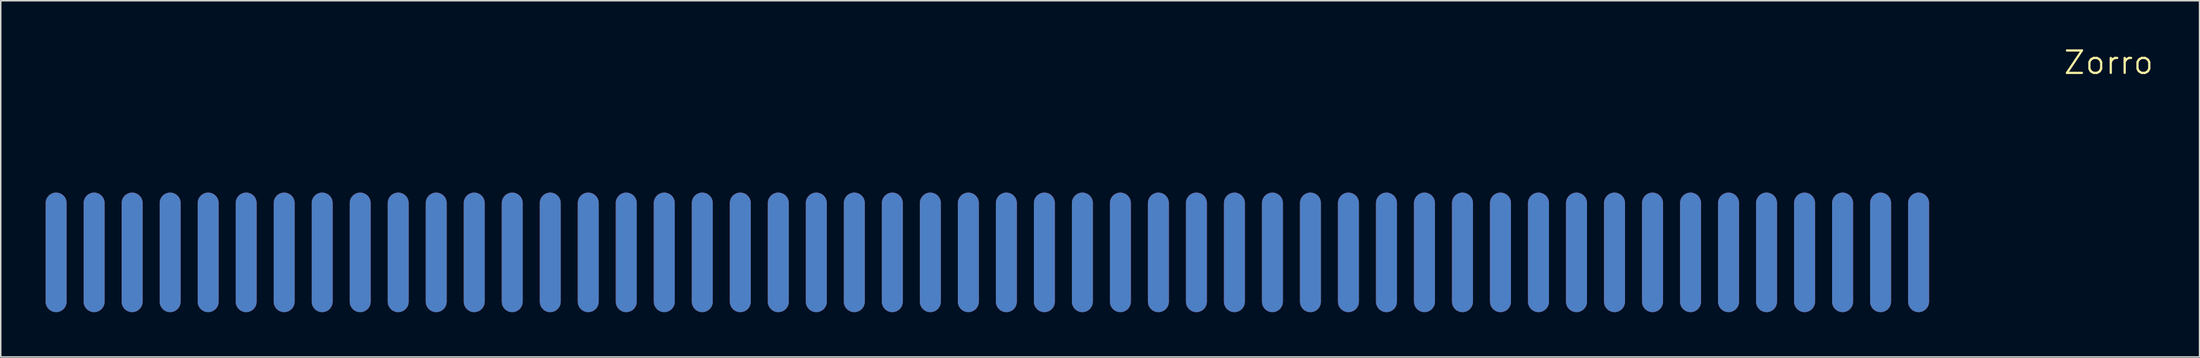
<source format=kicad_pcb>
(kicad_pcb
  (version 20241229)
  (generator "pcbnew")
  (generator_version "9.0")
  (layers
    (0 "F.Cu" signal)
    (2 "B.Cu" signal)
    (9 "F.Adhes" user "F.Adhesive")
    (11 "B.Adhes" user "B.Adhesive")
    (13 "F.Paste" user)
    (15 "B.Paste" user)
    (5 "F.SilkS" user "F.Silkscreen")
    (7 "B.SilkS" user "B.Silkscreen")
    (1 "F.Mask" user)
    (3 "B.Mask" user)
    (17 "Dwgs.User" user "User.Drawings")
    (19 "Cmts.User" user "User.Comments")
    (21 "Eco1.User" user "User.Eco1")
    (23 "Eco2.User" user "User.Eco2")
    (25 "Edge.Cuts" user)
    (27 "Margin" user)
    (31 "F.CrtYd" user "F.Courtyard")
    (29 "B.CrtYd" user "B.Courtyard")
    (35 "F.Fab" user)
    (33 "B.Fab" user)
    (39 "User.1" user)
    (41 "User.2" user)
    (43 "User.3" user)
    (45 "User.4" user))
  (footprint "Zorro"
    (layer "F.Cu")
    (at 127.7 13.841)
    (property "Reference" "Zorro" (at 10.16 -12.7 0) (layer "F.SilkS") (effects (font (size 1.5 1.5) (thickness 0.15))))
    (attr through_hole)
    (pad "1" smd oval (at -2.54 0) (size 1.4 8) (layers "B.Cu" "B.Mask" "B.Paste"))
    (pad "2" smd oval (at -2.54 0) (size 1.4 8) (layers "F.Cu" "F.Mask" "F.Paste"))
    (pad "3" smd oval (at -5.08 0) (size 1.4 8) (layers "B.Cu" "B.Mask" "B.Paste"))
    (pad "4" smd oval (at -5.08 0) (size 1.4 8) (layers "F.Cu" "F.Mask" "F.Paste"))
    (pad "5" smd oval (at -7.62 0) (size 1.4 8) (layers "B.Cu" "B.Mask" "B.Paste"))
    (pad "6" smd oval (at -7.62 0) (size 1.4 8) (layers "F.Cu" "F.Mask" "F.Paste"))
    (pad "7" smd oval (at -10.16 0) (size 1.4 8) (layers "B.Cu" "B.Mask" "B.Paste"))
    (pad "8" smd oval (at -10.16 0) (size 1.4 8) (layers "F.Cu" "F.Mask" "F.Paste"))
    (pad "9" smd oval (at -12.7 0) (size 1.4 8) (layers "B.Cu" "B.Mask" "B.Paste"))
    (pad "10" smd oval (at -12.7 0) (size 1.4 8) (layers "F.Cu" "F.Mask" "F.Paste"))
    (pad "11" smd oval (at -15.24 0) (size 1.4 8) (layers "B.Cu" "B.Mask" "B.Paste"))
    (pad "12" smd oval (at -15.24 0) (size 1.4 8) (layers "F.Cu" "F.Mask" "F.Paste"))
    (pad "13" smd oval (at -17.78 0) (size 1.4 8) (layers "B.Cu" "B.Mask" "B.Paste"))
    (pad "14" smd oval (at -17.78 0) (size 1.4 8) (layers "F.Cu" "F.Mask" "F.Paste"))
    (pad "15" smd oval (at -20.32 0) (size 1.4 8) (layers "B.Cu" "B.Mask" "B.Paste"))
    (pad "16" smd oval (at -20.32 0) (size 1.4 8) (layers "F.Cu" "F.Mask" "F.Paste"))
    (pad "17" smd oval (at -22.86 0) (size 1.4 8) (layers "B.Cu" "B.Mask" "B.Paste"))
    (pad "18" smd oval (at -22.86 0) (size 1.4 8) (layers "F.Cu" "F.Mask" "F.Paste"))
    (pad "19" smd oval (at -25.4 0) (size 1.4 8) (layers "B.Cu" "B.Mask" "B.Paste"))
    (pad "20" smd oval (at -25.4 0) (size 1.4 8) (layers "F.Cu" "F.Mask" "F.Paste"))
    (pad "21" smd oval (at -27.94 0) (size 1.4 8) (layers "B.Cu" "B.Mask" "B.Paste"))
    (pad "22" smd oval (at -27.94 0) (size 1.4 8) (layers "F.Cu" "F.Mask" "F.Paste"))
    (pad "23" smd oval (at -30.48 0) (size 1.4 8) (layers "B.Cu" "B.Mask" "B.Paste"))
    (pad "24" smd oval (at -30.48 0) (size 1.4 8) (layers "F.Cu" "F.Mask" "F.Paste"))
    (pad "25" smd oval (at -33.02 0) (size 1.4 8) (layers "B.Cu" "B.Mask" "B.Paste"))
    (pad "26" smd oval (at -33.02 0) (size 1.4 8) (layers "F.Cu" "F.Mask" "F.Paste"))
    (pad "27" smd oval (at -35.56 0) (size 1.4 8) (layers "B.Cu" "B.Mask" "B.Paste"))
    (pad "28" smd oval (at -35.56 0) (size 1.4 8) (layers "F.Cu" "F.Mask" "F.Paste"))
    (pad "29" smd oval (at -38.1 0) (size 1.4 8) (layers "B.Cu" "B.Mask" "B.Paste"))
    (pad "30" smd oval (at -38.1 0) (size 1.4 8) (layers "F.Cu" "F.Mask" "F.Paste"))
    (pad "31" smd oval (at -40.64 0) (size 1.4 8) (layers "B.Cu" "B.Mask" "B.Paste"))
    (pad "32" smd oval (at -40.64 0) (size 1.4 8) (layers "F.Cu" "F.Mask" "F.Paste"))
    (pad "33" smd oval (at -43.18 0) (size 1.4 8) (layers "B.Cu" "B.Mask" "B.Paste"))
    (pad "34" smd oval (at -43.18 0) (size 1.4 8) (layers "F.Cu" "F.Mask" "F.Paste"))
    (pad "35" smd oval (at -45.72 0) (size 1.4 8) (layers "B.Cu" "B.Mask" "B.Paste"))
    (pad "36" smd oval (at -45.72 0) (size 1.4 8) (layers "F.Cu" "F.Mask" "F.Paste"))
    (pad "37" smd oval (at -48.26 0) (size 1.4 8) (layers "B.Cu" "B.Mask" "B.Paste"))
    (pad "38" smd oval (at -48.26 0) (size 1.4 8) (layers "F.Cu" "F.Mask" "F.Paste"))
    (pad "39" smd oval (at -50.8 0) (size 1.4 8) (layers "B.Cu" "B.Mask" "B.Paste"))
    (pad "40" smd oval (at -50.8 0) (size 1.4 8) (layers "F.Cu" "F.Mask" "F.Paste"))
    (pad "41" smd oval (at -53.34 0) (size 1.4 8) (layers "B.Cu" "B.Mask" "B.Paste"))
    (pad "42" smd oval (at -53.34 0) (size 1.4 8) (layers "F.Cu" "F.Mask" "F.Paste"))
    (pad "43" smd oval (at -55.88 0) (size 1.4 8) (layers "B.Cu" "B.Mask" "B.Paste"))
    (pad "44" smd oval (at -55.88 0) (size 1.4 8) (layers "F.Cu" "F.Mask" "F.Paste"))
    (pad "45" smd oval (at -58.42 0) (size 1.4 8) (layers "B.Cu" "B.Mask" "B.Paste"))
    (pad "46" smd oval (at -58.42 0) (size 1.4 8) (layers "F.Cu" "F.Mask" "F.Paste"))
    (pad "47" smd oval (at -60.96 0) (size 1.4 8) (layers "B.Cu" "B.Mask" "B.Paste"))
    (pad "48" smd oval (at -60.96 0) (size 1.4 8) (layers "F.Cu" "F.Mask" "F.Paste"))
    (pad "49" smd oval (at -63.5 0) (size 1.4 8) (layers "B.Cu" "B.Mask" "B.Paste"))
    (pad "50" smd oval (at -63.5 0) (size 1.4 8) (layers "F.Cu" "F.Mask" "F.Paste"))
    (pad "51" smd oval (at -66.04 0) (size 1.4 8) (layers "B.Cu" "B.Mask" "B.Paste"))
    (pad "52" smd oval (at -66.04 0) (size 1.4 8) (layers "F.Cu" "F.Mask" "F.Paste"))
    (pad "53" smd oval (at -68.58 0) (size 1.4 8) (layers "B.Cu" "B.Mask" "B.Paste"))
    (pad "54" smd oval (at -68.58 0) (size 1.4 8) (layers "F.Cu" "F.Mask" "F.Paste"))
    (pad "55" smd oval (at -71.12 0) (size 1.4 8) (layers "B.Cu" "B.Mask" "B.Paste"))
    (pad "56" smd oval (at -71.12 0) (size 1.4 8) (layers "F.Cu" "F.Mask" "F.Paste"))
    (pad "57" smd oval (at -73.66 0) (size 1.4 8) (layers "B.Cu" "B.Mask" "B.Paste"))
    (pad "58" smd oval (at -73.66 0) (size 1.4 8) (layers "F.Cu" "F.Mask" "F.Paste"))
    (pad "59" smd oval (at -76.2 0) (size 1.4 8) (layers "B.Cu" "B.Mask" "B.Paste"))
    (pad "60" smd oval (at -76.2 0) (size 1.4 8) (layers "F.Cu" "F.Mask" "F.Paste"))
    (pad "61" smd oval (at -78.74 0) (size 1.4 8) (layers "B.Cu" "B.Mask" "B.Paste"))
    (pad "62" smd oval (at -78.74 0) (size 1.4 8) (layers "F.Cu" "F.Mask" "F.Paste"))
    (pad "63" smd oval (at -81.28 0) (size 1.4 8) (layers "B.Cu" "B.Mask" "B.Paste"))
    (pad "64" smd oval (at -81.28 0) (size 1.4 8) (layers "F.Cu" "F.Mask" "F.Paste"))
    (pad "65" smd oval (at -83.82 0) (size 1.4 8) (layers "B.Cu" "B.Mask" "B.Paste"))
    (pad "66" smd oval (at -83.82 0) (size 1.4 8) (layers "F.Cu" "F.Mask" "F.Paste"))
    (pad "67" smd oval (at -86.36 0) (size 1.4 8) (layers "B.Cu" "B.Mask" "B.Paste"))
    (pad "68" smd oval (at -86.36 0) (size 1.4 8) (layers "F.Cu" "F.Mask" "F.Paste"))
    (pad "69" smd oval (at -88.9 0) (size 1.4 8) (layers "B.Cu" "B.Mask" "B.Paste"))
    (pad "70" smd oval (at -88.9 0) (size 1.4 8) (layers "F.Cu" "F.Mask" "F.Paste"))
    (pad "71" smd oval (at -91.44 0) (size 1.4 8) (layers "B.Cu" "B.Mask" "B.Paste"))
    (pad "72" smd oval (at -91.44 0) (size 1.4 8) (layers "F.Cu" "F.Mask" "F.Paste"))
    (pad "73" smd oval (at -93.98 0) (size 1.4 8) (layers "B.Cu" "B.Mask" "B.Paste"))
    (pad "74" smd oval (at -93.98 0) (size 1.4 8) (layers "F.Cu" "F.Mask" "F.Paste"))
    (pad "75" smd oval (at -96.52 0) (size 1.4 8) (layers "B.Cu" "B.Mask" "B.Paste"))
    (pad "76" smd oval (at -96.52 0) (size 1.4 8) (layers "F.Cu" "F.Mask" "F.Paste"))
    (pad "77" smd oval (at -99.06 0) (size 1.4 8) (layers "B.Cu" "B.Mask" "B.Paste"))
    (pad "78" smd oval (at -99.06 0) (size 1.4 8) (layers "F.Cu" "F.Mask" "F.Paste"))
    (pad "79" smd oval (at -101.6 0) (size 1.4 8) (layers "B.Cu" "B.Mask" "B.Paste"))
    (pad "80" smd oval (at -101.6 0) (size 1.4 8) (layers "F.Cu" "F.Mask" "F.Paste"))
    (pad "81" smd oval (at -104.14 0) (size 1.4 8) (layers "B.Cu" "B.Mask" "B.Paste"))
    (pad "82" smd oval (at -104.14 0) (size 1.4 8) (layers "F.Cu" "F.Mask" "F.Paste"))
    (pad "83" smd oval (at -106.68 0) (size 1.4 8) (layers "B.Cu" "B.Mask" "B.Paste"))
    (pad "84" smd oval (at -106.68 0) (size 1.4 8) (layers "F.Cu" "F.Mask" "F.Paste"))
    (pad "85" smd oval (at -109.22 0) (size 1.4 8) (layers "B.Cu" "B.Mask" "B.Paste"))
    (pad "86" smd oval (at -109.22 0) (size 1.4 8) (layers "F.Cu" "F.Mask" "F.Paste"))
    (pad "87" smd oval (at -111.76 0) (size 1.4 8) (layers "B.Cu" "B.Mask" "B.Paste"))
    (pad "88" smd oval (at -111.76 0) (size 1.4 8) (layers "F.Cu" "F.Mask" "F.Paste"))
    (pad "89" smd oval (at -114.3 0) (size 1.4 8) (layers "B.Cu" "B.Mask" "B.Paste"))
    (pad "90" smd oval (at -114.3 0) (size 1.4 8) (layers "F.Cu" "F.Mask" "F.Paste"))
    (pad "91" smd oval (at -116.84 0) (size 1.4 8) (layers "B.Cu" "B.Mask" "B.Paste"))
    (pad "92" smd oval (at -116.84 0) (size 1.4 8) (layers "F.Cu" "F.Mask" "F.Paste"))
    (pad "93" smd oval (at -119.38 0) (size 1.4 8) (layers "B.Cu" "B.Mask" "B.Paste"))
    (pad "94" smd oval (at -119.38 0) (size 1.4 8) (layers "F.Cu" "F.Mask" "F.Paste"))
    (pad "95" smd oval (at -121.92 0) (size 1.4 8) (layers "B.Cu" "B.Mask" "B.Paste"))
    (pad "96" smd oval (at -121.92 0) (size 1.4 8) (layers "F.Cu" "F.Mask" "F.Paste"))
    (pad "97" smd oval (at -124.46 0) (size 1.4 8) (layers "B.Cu" "B.Mask" "B.Paste"))
    (pad "98" smd oval (at -124.46 0) (size 1.4 8) (layers "F.Cu" "F.Mask" "F.Paste"))
    (pad "99" smd oval (at -127 0) (size 1.4 8) (layers "B.Cu" "B.Mask" "B.Paste"))
    (pad "100" smd oval (at -127 0) (size 1.4 8) (layers "F.Cu" "F.Mask" "F.Paste")))
  (gr_rect
    (start -3 -3)
    (end 143.935 20.841)
    (stroke (width 0.1) (type default))
    (fill no)
    (layer "Edge.Cuts")))
</source>
